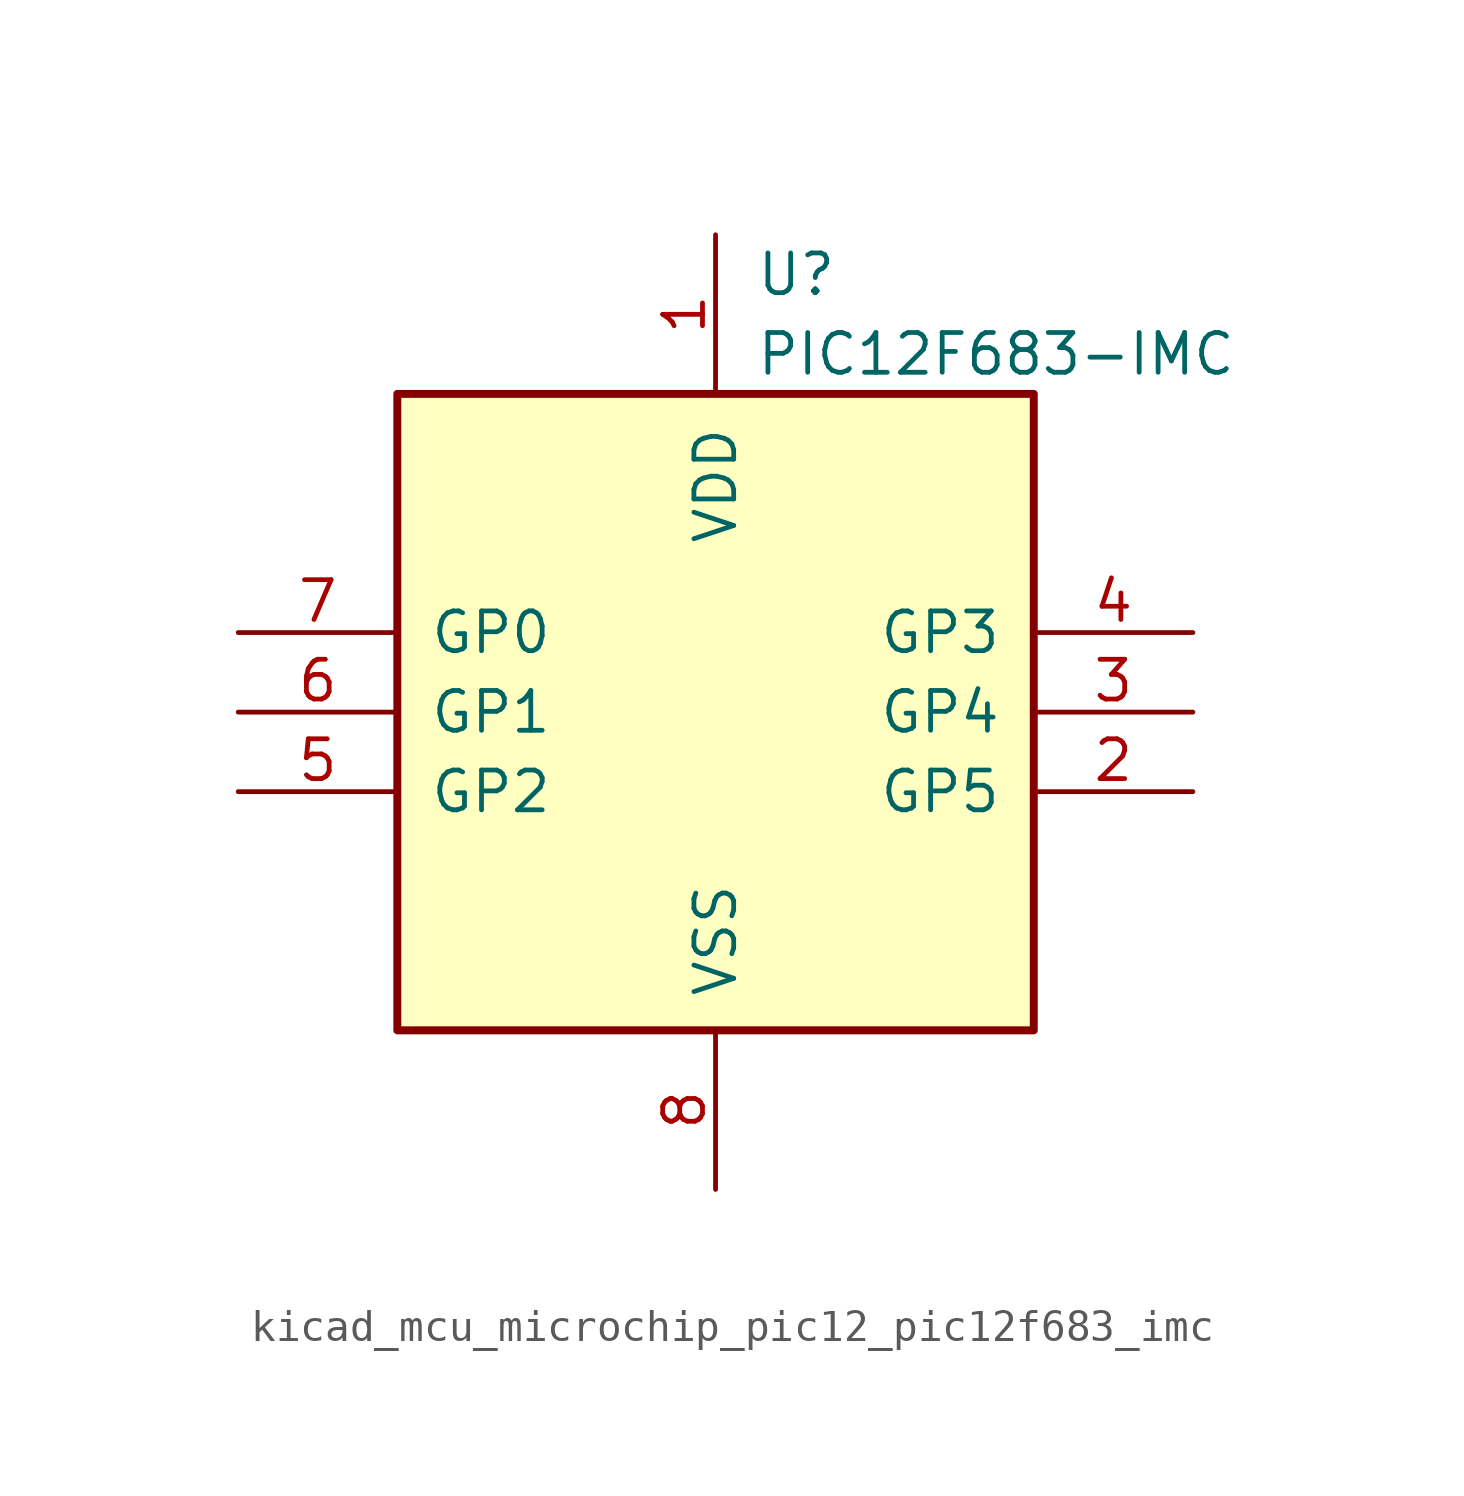
<source format=kicad_sym>
(kicad_symbol_lib
  (version 20220914)
  (generator kicad_symbol_editor)
  (symbol "kicad_mcu_microchip_pic12_pic12f683_imc"
    (pin_names
      (offset 1.016))
    (property "Reference" "U"
      (at 1.27 13.97 0)
      (effects (font (size 1.27 1.27)) (justify left)))
    (property "Value" "PIC12F683-IMC"
      (at 1.27 11.43 0)
      (effects (font (size 1.27 1.27)) (justify left)))
    (symbol "kicad_mcu_microchip_pic12_pic12f683_imc_0_1"
      (rectangle (start 10.16 -10.16) (end -10.16 10.16) (stroke (width 0.254) (type default)) (fill (type background))))
    (symbol "kicad_mcu_microchip_pic12_pic12f683_imc_1_1"
      (pin power_in line (at 0 15.24 270) (length 5.08) (name "VDD" (effects (font (size 1.27 1.27)))) (number "1" (effects (font (size 1.27 1.27)))))
      (pin bidirectional line (at 15.24 -2.54 180) (length 5.08) (name "GP5" (effects (font (size 1.27 1.27)))) (number "2" (effects (font (size 1.27 1.27)))))
      (pin bidirectional line (at 15.24 0 180) (length 5.08) (name "GP4" (effects (font (size 1.27 1.27)))) (number "3" (effects (font (size 1.27 1.27)))))
      (pin input line (at 15.24 2.54 180) (length 5.08) (name "GP3" (effects (font (size 1.27 1.27)))) (number "4" (effects (font (size 1.27 1.27)))))
      (pin bidirectional line (at -15.24 -2.54 0) (length 5.08) (name "GP2" (effects (font (size 1.27 1.27)))) (number "5" (effects (font (size 1.27 1.27)))))
      (pin bidirectional line (at -15.24 0 0) (length 5.08) (name "GP1" (effects (font (size 1.27 1.27)))) (number "6" (effects (font (size 1.27 1.27)))))
      (pin bidirectional line (at -15.24 2.54 0) (length 5.08) (name "GP0" (effects (font (size 1.27 1.27)))) (number "7" (effects (font (size 1.27 1.27)))))
      (pin power_in line (at 0 -15.24 90) (length 5.08) (name "VSS" (effects (font (size 1.27 1.27)))) (number "8" (effects (font (size 1.27 1.27))))))))
</source>
